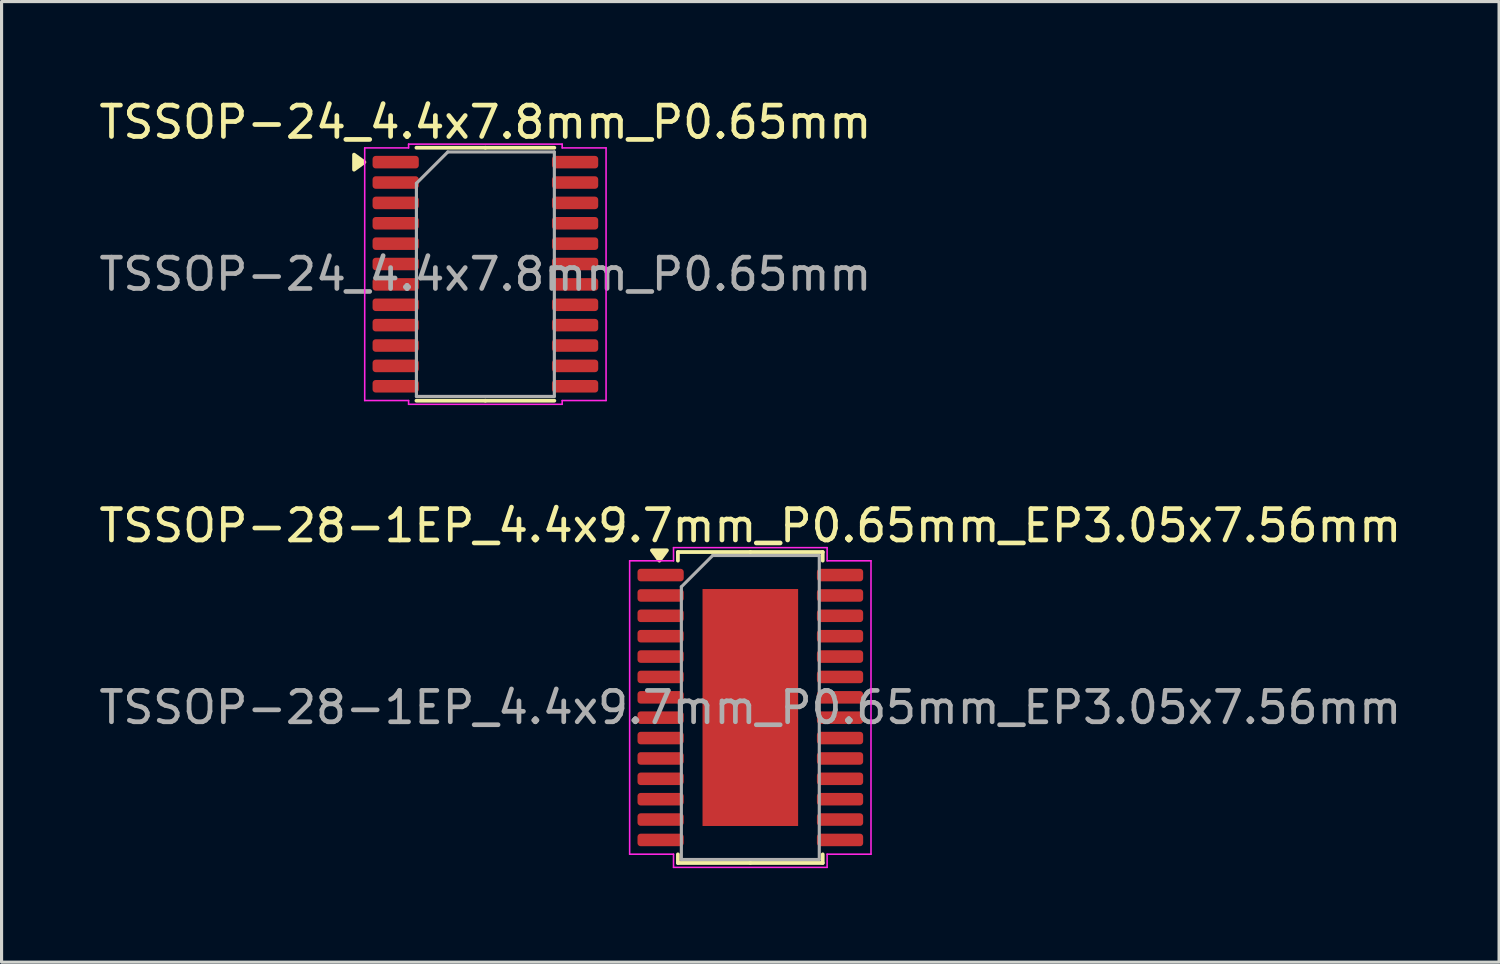
<source format=kicad_pcb>
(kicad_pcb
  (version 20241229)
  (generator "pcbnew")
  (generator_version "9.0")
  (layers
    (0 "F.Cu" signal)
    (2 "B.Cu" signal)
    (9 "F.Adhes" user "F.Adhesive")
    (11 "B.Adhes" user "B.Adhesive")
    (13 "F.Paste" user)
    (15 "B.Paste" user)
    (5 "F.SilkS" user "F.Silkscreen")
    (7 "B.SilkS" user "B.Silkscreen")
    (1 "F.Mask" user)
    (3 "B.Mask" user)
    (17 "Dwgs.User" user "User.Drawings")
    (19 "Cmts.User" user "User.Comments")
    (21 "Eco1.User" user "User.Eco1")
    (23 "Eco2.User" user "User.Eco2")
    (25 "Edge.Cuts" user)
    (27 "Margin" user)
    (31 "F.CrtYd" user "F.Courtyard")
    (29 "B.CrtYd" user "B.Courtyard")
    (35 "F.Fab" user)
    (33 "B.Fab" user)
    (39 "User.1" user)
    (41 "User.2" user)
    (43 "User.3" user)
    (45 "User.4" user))
  (footprint "TSSOP-24_4.4x7.8mm_P0.65mm"
    (layer "F.Cu")
    (at 12.435 5.698)
    (property "Reference" "TSSOP-24_4.4x7.8mm_P0.65mm" (at 0 -4.85 0) (layer "F.SilkS") (effects (font (size 1 1) (thickness 0.15))))
    (attr smd)
    (fp_line (start 0 -4.035) (end -2.2 -4.035) (stroke (width 0.12) (type solid)) (layer "F.SilkS"))
    (fp_line (start 0 -4.035) (end 2.2 -4.035) (stroke (width 0.12) (type solid)) (layer "F.SilkS"))
    (fp_line (start 0 4.035) (end -2.2 4.035) (stroke (width 0.12) (type solid)) (layer "F.SilkS"))
    (fp_line (start 0 4.035) (end 2.2 4.035) (stroke (width 0.12) (type solid)) (layer "F.SilkS"))
    (fp_poly (pts (xy -3.86 -3.575) (xy -4.19 -3.335) (xy -4.19 -3.815)) (stroke (width 0.12) (type solid)) (fill yes) (layer "F.SilkS"))
    (fp_line (start -3.85 -4.03) (end -2.45 -4.03) (stroke (width 0.05) (type solid)) (layer "F.CrtYd"))
    (fp_line (start -3.85 4.03) (end -3.85 -4.03) (stroke (width 0.05) (type solid)) (layer "F.CrtYd"))
    (fp_line (start -2.45 -4.15) (end 2.45 -4.15) (stroke (width 0.05) (type solid)) (layer "F.CrtYd"))
    (fp_line (start -2.45 -4.03) (end -2.45 -4.15) (stroke (width 0.05) (type solid)) (layer "F.CrtYd"))
    (fp_line (start -2.45 4.03) (end -3.85 4.03) (stroke (width 0.05) (type solid)) (layer "F.CrtYd"))
    (fp_line (start -2.45 4.15) (end -2.45 4.03) (stroke (width 0.05) (type solid)) (layer "F.CrtYd"))
    (fp_line (start 2.45 -4.15) (end 2.45 -4.03) (stroke (width 0.05) (type solid)) (layer "F.CrtYd"))
    (fp_line (start 2.45 -4.03) (end 3.85 -4.03) (stroke (width 0.05) (type solid)) (layer "F.CrtYd"))
    (fp_line (start 2.45 4.03) (end 2.45 4.15) (stroke (width 0.05) (type solid)) (layer "F.CrtYd"))
    (fp_line (start 2.45 4.15) (end -2.45 4.15) (stroke (width 0.05) (type solid)) (layer "F.CrtYd"))
    (fp_line (start 3.85 -4.03) (end 3.85 4.03) (stroke (width 0.05) (type solid)) (layer "F.CrtYd"))
    (fp_line (start 3.85 4.03) (end 2.45 4.03) (stroke (width 0.05) (type solid)) (layer "F.CrtYd"))
    (fp_line (start -2.2 -2.9) (end -1.2 -3.9) (stroke (width 0.1) (type solid)) (layer "F.Fab"))
    (fp_line (start -2.2 3.9) (end -2.2 -2.9) (stroke (width 0.1) (type solid)) (layer "F.Fab"))
    (fp_line (start -1.2 -3.9) (end 2.2 -3.9) (stroke (width 0.1) (type solid)) (layer "F.Fab"))
    (fp_line (start 2.2 -3.9) (end 2.2 3.9) (stroke (width 0.1) (type solid)) (layer "F.Fab"))
    (fp_line (start 2.2 3.9) (end -2.2 3.9) (stroke (width 0.1) (type solid)) (layer "F.Fab"))
    (fp_text user "${REFERENCE}" (at 0 0 0) (layer "F.Fab") (effects (font (size 1 1) (thickness 0.15))))
    (pad "1" smd roundrect (at -2.862 -3.575) (size 1.475 0.4) (layers "F.Cu" "F.Mask" "F.Paste") (roundrect_rratio 0.25))
    (pad "2" smd roundrect (at -2.862 -2.925) (size 1.475 0.4) (layers "F.Cu" "F.Mask" "F.Paste") (roundrect_rratio 0.25))
    (pad "3" smd roundrect (at -2.862 -2.275) (size 1.475 0.4) (layers "F.Cu" "F.Mask" "F.Paste") (roundrect_rratio 0.25))
    (pad "4" smd roundrect (at -2.862 -1.625) (size 1.475 0.4) (layers "F.Cu" "F.Mask" "F.Paste") (roundrect_rratio 0.25))
    (pad "5" smd roundrect (at -2.862 -0.975) (size 1.475 0.4) (layers "F.Cu" "F.Mask" "F.Paste") (roundrect_rratio 0.25))
    (pad "6" smd roundrect (at -2.862 -0.325) (size 1.475 0.4) (layers "F.Cu" "F.Mask" "F.Paste") (roundrect_rratio 0.25))
    (pad "7" smd roundrect (at -2.862 0.325) (size 1.475 0.4) (layers "F.Cu" "F.Mask" "F.Paste") (roundrect_rratio 0.25))
    (pad "8" smd roundrect (at -2.862 0.975) (size 1.475 0.4) (layers "F.Cu" "F.Mask" "F.Paste") (roundrect_rratio 0.25))
    (pad "9" smd roundrect (at -2.862 1.625) (size 1.475 0.4) (layers "F.Cu" "F.Mask" "F.Paste") (roundrect_rratio 0.25))
    (pad "10" smd roundrect (at -2.862 2.275) (size 1.475 0.4) (layers "F.Cu" "F.Mask" "F.Paste") (roundrect_rratio 0.25))
    (pad "11" smd roundrect (at -2.862 2.925) (size 1.475 0.4) (layers "F.Cu" "F.Mask" "F.Paste") (roundrect_rratio 0.25))
    (pad "12" smd roundrect (at -2.862 3.575) (size 1.475 0.4) (layers "F.Cu" "F.Mask" "F.Paste") (roundrect_rratio 0.25))
    (pad "13" smd roundrect (at 2.862 3.575) (size 1.475 0.4) (layers "F.Cu" "F.Mask" "F.Paste") (roundrect_rratio 0.25))
    (pad "14" smd roundrect (at 2.862 2.925) (size 1.475 0.4) (layers "F.Cu" "F.Mask" "F.Paste") (roundrect_rratio 0.25))
    (pad "15" smd roundrect (at 2.862 2.275) (size 1.475 0.4) (layers "F.Cu" "F.Mask" "F.Paste") (roundrect_rratio 0.25))
    (pad "16" smd roundrect (at 2.862 1.625) (size 1.475 0.4) (layers "F.Cu" "F.Mask" "F.Paste") (roundrect_rratio 0.25))
    (pad "17" smd roundrect (at 2.862 0.975) (size 1.475 0.4) (layers "F.Cu" "F.Mask" "F.Paste") (roundrect_rratio 0.25))
    (pad "18" smd roundrect (at 2.862 0.325) (size 1.475 0.4) (layers "F.Cu" "F.Mask" "F.Paste") (roundrect_rratio 0.25))
    (pad "19" smd roundrect (at 2.862 -0.325) (size 1.475 0.4) (layers "F.Cu" "F.Mask" "F.Paste") (roundrect_rratio 0.25))
    (pad "20" smd roundrect (at 2.862 -0.975) (size 1.475 0.4) (layers "F.Cu" "F.Mask" "F.Paste") (roundrect_rratio 0.25))
    (pad "21" smd roundrect (at 2.862 -1.625) (size 1.475 0.4) (layers "F.Cu" "F.Mask" "F.Paste") (roundrect_rratio 0.25))
    (pad "22" smd roundrect (at 2.862 -2.275) (size 1.475 0.4) (layers "F.Cu" "F.Mask" "F.Paste") (roundrect_rratio 0.25))
    (pad "23" smd roundrect (at 2.862 -2.925) (size 1.475 0.4) (layers "F.Cu" "F.Mask" "F.Paste") (roundrect_rratio 0.25))
    (pad "24" smd roundrect (at 2.862 -3.575) (size 1.475 0.4) (layers "F.Cu" "F.Mask" "F.Paste") (roundrect_rratio 0.25)))
  (footprint "TSSOP-28-1EP_4.4x9.7mm_P0.65mm_EP3.05x7.56mm"
    (layer "F.Cu")
    (at 20.887 19.521)
    (property "Reference" "TSSOP-28-1EP_4.4x9.7mm_P0.65mm_EP3.05x7.56mm" (at 0 -5.8 0) (layer "F.SilkS") (effects (font (size 1 1) (thickness 0.15))))
    (attr smd)
    (fp_line (start -2.31 -4.96) (end -2.31 -4.685) (stroke (width 0.12) (type solid)) (layer "F.SilkS"))
    (fp_line (start -2.31 4.96) (end -2.31 4.685) (stroke (width 0.12) (type solid)) (layer "F.SilkS"))
    (fp_line (start 0 -4.96) (end -2.31 -4.96) (stroke (width 0.12) (type solid)) (layer "F.SilkS"))
    (fp_line (start 0 -4.96) (end 2.31 -4.96) (stroke (width 0.12) (type solid)) (layer "F.SilkS"))
    (fp_line (start 0 4.96) (end -2.31 4.96) (stroke (width 0.12) (type solid)) (layer "F.SilkS"))
    (fp_line (start 0 4.96) (end 2.31 4.96) (stroke (width 0.12) (type solid)) (layer "F.SilkS"))
    (fp_line (start 2.31 -4.96) (end 2.31 -4.685) (stroke (width 0.12) (type solid)) (layer "F.SilkS"))
    (fp_line (start 2.31 4.96) (end 2.31 4.685) (stroke (width 0.12) (type solid)) (layer "F.SilkS"))
    (fp_poly (pts (xy -2.9 -4.685) (xy -3.14 -5.015) (xy -2.66 -5.015)) (stroke (width 0.12) (type solid)) (fill yes) (layer "F.SilkS"))
    (fp_line (start -3.85 -4.68) (end -2.45 -4.68) (stroke (width 0.05) (type solid)) (layer "F.CrtYd"))
    (fp_line (start -3.85 4.68) (end -3.85 -4.68) (stroke (width 0.05) (type solid)) (layer "F.CrtYd"))
    (fp_line (start -2.45 -5.1) (end 2.45 -5.1) (stroke (width 0.05) (type solid)) (layer "F.CrtYd"))
    (fp_line (start -2.45 -4.68) (end -2.45 -5.1) (stroke (width 0.05) (type solid)) (layer "F.CrtYd"))
    (fp_line (start -2.45 4.68) (end -3.85 4.68) (stroke (width 0.05) (type solid)) (layer "F.CrtYd"))
    (fp_line (start -2.45 5.1) (end -2.45 4.68) (stroke (width 0.05) (type solid)) (layer "F.CrtYd"))
    (fp_line (start 2.45 -5.1) (end 2.45 -4.68) (stroke (width 0.05) (type solid)) (layer "F.CrtYd"))
    (fp_line (start 2.45 -4.68) (end 3.85 -4.68) (stroke (width 0.05) (type solid)) (layer "F.CrtYd"))
    (fp_line (start 2.45 4.68) (end 2.45 5.1) (stroke (width 0.05) (type solid)) (layer "F.CrtYd"))
    (fp_line (start 2.45 5.1) (end -2.45 5.1) (stroke (width 0.05) (type solid)) (layer "F.CrtYd"))
    (fp_line (start 3.85 -4.68) (end 3.85 4.68) (stroke (width 0.05) (type solid)) (layer "F.CrtYd"))
    (fp_line (start 3.85 4.68) (end 2.45 4.68) (stroke (width 0.05) (type solid)) (layer "F.CrtYd"))
    (fp_line (start -2.2 -3.85) (end -1.2 -4.85) (stroke (width 0.1) (type solid)) (layer "F.Fab"))
    (fp_line (start -2.2 4.85) (end -2.2 -3.85) (stroke (width 0.1) (type solid)) (layer "F.Fab"))
    (fp_line (start -1.2 -4.85) (end 2.2 -4.85) (stroke (width 0.1) (type solid)) (layer "F.Fab"))
    (fp_line (start 2.2 -4.85) (end 2.2 4.85) (stroke (width 0.1) (type solid)) (layer "F.Fab"))
    (fp_line (start 2.2 4.85) (end -2.2 4.85) (stroke (width 0.1) (type solid)) (layer "F.Fab"))
    (fp_text user "${REFERENCE}" (at 0 0 0) (layer "F.Fab") (effects (font (size 1 1) (thickness 0.15))))
    (pad "" smd roundrect (at -0.76 -2.835) (size 1.23 1.52) (layers "F.Paste") (roundrect_rratio 0.203))
    (pad "" smd roundrect (at -0.76 -0.945) (size 1.23 1.52) (layers "F.Paste") (roundrect_rratio 0.203))
    (pad "" smd roundrect (at -0.76 0.945) (size 1.23 1.52) (layers "F.Paste") (roundrect_rratio 0.203))
    (pad "" smd roundrect (at -0.76 2.835) (size 1.23 1.52) (layers "F.Paste") (roundrect_rratio 0.203))
    (pad "" smd roundrect (at 0.76 -2.835) (size 1.23 1.52) (layers "F.Paste") (roundrect_rratio 0.203))
    (pad "" smd roundrect (at 0.76 -0.945) (size 1.23 1.52) (layers "F.Paste") (roundrect_rratio 0.203))
    (pad "" smd roundrect (at 0.76 0.945) (size 1.23 1.52) (layers "F.Paste") (roundrect_rratio 0.203))
    (pad "" smd roundrect (at 0.76 2.835) (size 1.23 1.52) (layers "F.Paste") (roundrect_rratio 0.203))
    (pad "1" smd roundrect (at -2.862 -4.225) (size 1.475 0.4) (layers "F.Cu" "F.Mask" "F.Paste") (roundrect_rratio 0.25))
    (pad "2" smd roundrect (at -2.862 -3.575) (size 1.475 0.4) (layers "F.Cu" "F.Mask" "F.Paste") (roundrect_rratio 0.25))
    (pad "3" smd roundrect (at -2.862 -2.925) (size 1.475 0.4) (layers "F.Cu" "F.Mask" "F.Paste") (roundrect_rratio 0.25))
    (pad "4" smd roundrect (at -2.862 -2.275) (size 1.475 0.4) (layers "F.Cu" "F.Mask" "F.Paste") (roundrect_rratio 0.25))
    (pad "5" smd roundrect (at -2.862 -1.625) (size 1.475 0.4) (layers "F.Cu" "F.Mask" "F.Paste") (roundrect_rratio 0.25))
    (pad "6" smd roundrect (at -2.862 -0.975) (size 1.475 0.4) (layers "F.Cu" "F.Mask" "F.Paste") (roundrect_rratio 0.25))
    (pad "7" smd roundrect (at -2.862 -0.325) (size 1.475 0.4) (layers "F.Cu" "F.Mask" "F.Paste") (roundrect_rratio 0.25))
    (pad "8" smd roundrect (at -2.862 0.325) (size 1.475 0.4) (layers "F.Cu" "F.Mask" "F.Paste") (roundrect_rratio 0.25))
    (pad "9" smd roundrect (at -2.862 0.975) (size 1.475 0.4) (layers "F.Cu" "F.Mask" "F.Paste") (roundrect_rratio 0.25))
    (pad "10" smd roundrect (at -2.862 1.625) (size 1.475 0.4) (layers "F.Cu" "F.Mask" "F.Paste") (roundrect_rratio 0.25))
    (pad "11" smd roundrect (at -2.862 2.275) (size 1.475 0.4) (layers "F.Cu" "F.Mask" "F.Paste") (roundrect_rratio 0.25))
    (pad "12" smd roundrect (at -2.862 2.925) (size 1.475 0.4) (layers "F.Cu" "F.Mask" "F.Paste") (roundrect_rratio 0.25))
    (pad "13" smd roundrect (at -2.862 3.575) (size 1.475 0.4) (layers "F.Cu" "F.Mask" "F.Paste") (roundrect_rratio 0.25))
    (pad "14" smd roundrect (at -2.862 4.225) (size 1.475 0.4) (layers "F.Cu" "F.Mask" "F.Paste") (roundrect_rratio 0.25))
    (pad "15" smd roundrect (at 2.862 4.225) (size 1.475 0.4) (layers "F.Cu" "F.Mask" "F.Paste") (roundrect_rratio 0.25))
    (pad "16" smd roundrect (at 2.862 3.575) (size 1.475 0.4) (layers "F.Cu" "F.Mask" "F.Paste") (roundrect_rratio 0.25))
    (pad "17" smd roundrect (at 2.862 2.925) (size 1.475 0.4) (layers "F.Cu" "F.Mask" "F.Paste") (roundrect_rratio 0.25))
    (pad "18" smd roundrect (at 2.862 2.275) (size 1.475 0.4) (layers "F.Cu" "F.Mask" "F.Paste") (roundrect_rratio 0.25))
    (pad "19" smd roundrect (at 2.862 1.625) (size 1.475 0.4) (layers "F.Cu" "F.Mask" "F.Paste") (roundrect_rratio 0.25))
    (pad "20" smd roundrect (at 2.862 0.975) (size 1.475 0.4) (layers "F.Cu" "F.Mask" "F.Paste") (roundrect_rratio 0.25))
    (pad "21" smd roundrect (at 2.862 0.325) (size 1.475 0.4) (layers "F.Cu" "F.Mask" "F.Paste") (roundrect_rratio 0.25))
    (pad "22" smd roundrect (at 2.862 -0.325) (size 1.475 0.4) (layers "F.Cu" "F.Mask" "F.Paste") (roundrect_rratio 0.25))
    (pad "23" smd roundrect (at 2.862 -0.975) (size 1.475 0.4) (layers "F.Cu" "F.Mask" "F.Paste") (roundrect_rratio 0.25))
    (pad "24" smd roundrect (at 2.862 -1.625) (size 1.475 0.4) (layers "F.Cu" "F.Mask" "F.Paste") (roundrect_rratio 0.25))
    (pad "25" smd roundrect (at 2.862 -2.275) (size 1.475 0.4) (layers "F.Cu" "F.Mask" "F.Paste") (roundrect_rratio 0.25))
    (pad "26" smd roundrect (at 2.862 -2.925) (size 1.475 0.4) (layers "F.Cu" "F.Mask" "F.Paste") (roundrect_rratio 0.25))
    (pad "27" smd roundrect (at 2.862 -3.575) (size 1.475 0.4) (layers "F.Cu" "F.Mask" "F.Paste") (roundrect_rratio 0.25))
    (pad "28" smd roundrect (at 2.862 -4.225) (size 1.475 0.4) (layers "F.Cu" "F.Mask" "F.Paste") (roundrect_rratio 0.25))
    (pad "29" smd rect (at 0 0) (size 3.05 7.56) (property pad_prop_heatsink) (layers "F.Cu" "F.Mask")))
  (gr_rect
    (start -3 -3)
    (end 44.774 27.646)
    (stroke (width 0.1) (type default))
    (fill no)
    (layer "Edge.Cuts")))
</source>
